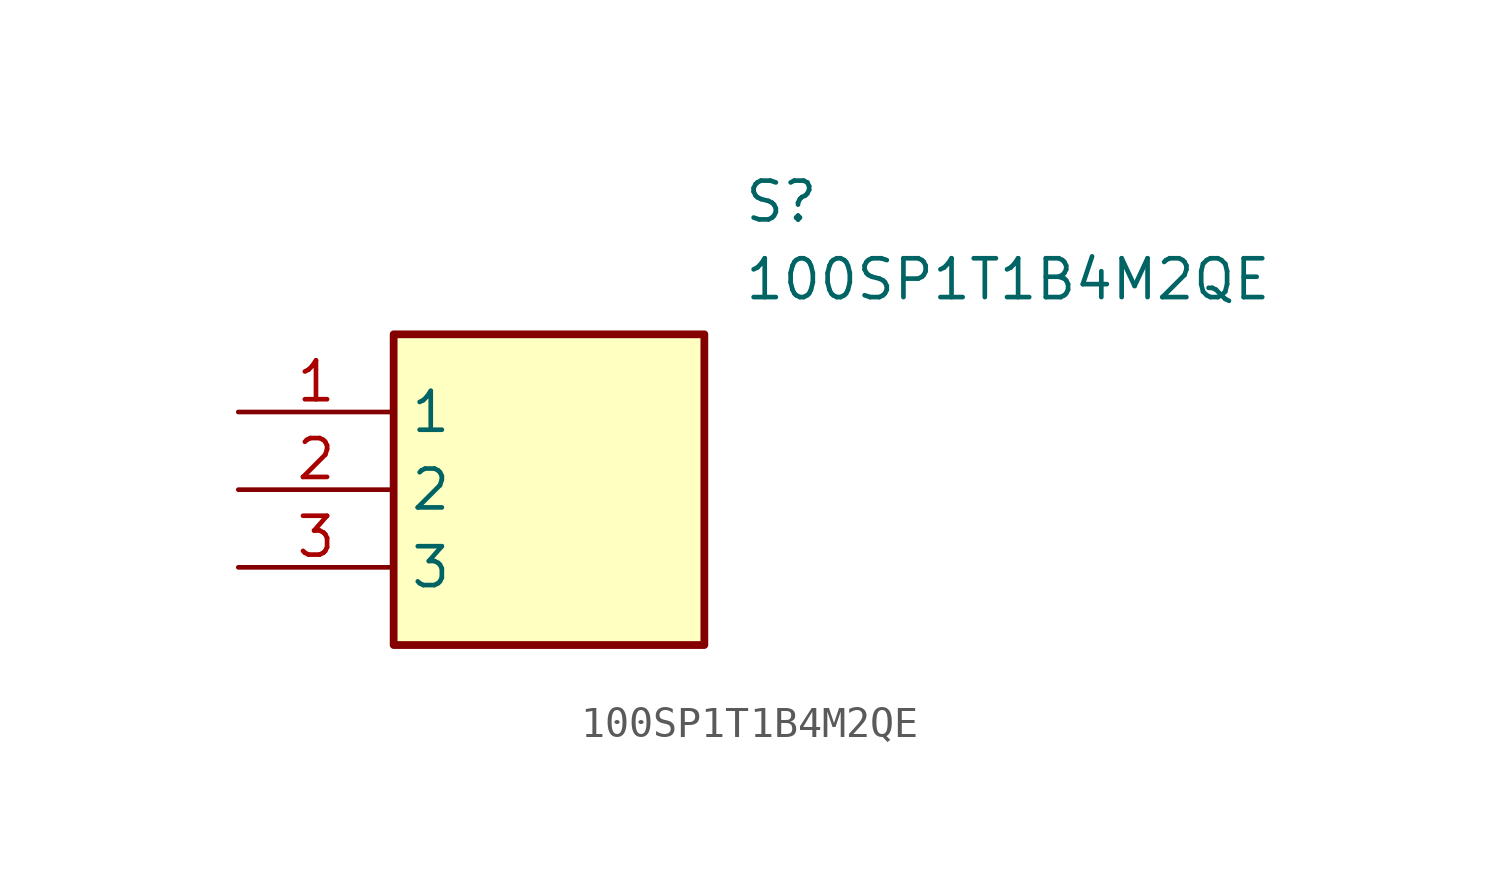
<source format=kicad_sym>
(kicad_symbol_lib
  (version 20211014)
  (generator SamacSys_ECAD_Model)
  (symbol "100SP1T1B4M2QE"
    (property "Reference" "S"
      (at 16.51 7.62 0)
      (effects (font (size 1.27 1.27)) (justify left top)))
    (property "Value" "100SP1T1B4M2QE"
      (at 16.51 5.08 0)
      (effects (font (size 1.27 1.27)) (justify left top)))
    (rectangle
      (start 5.08 2.54)
      (end 15.24 -7.62)
      (stroke (width 0.254) (type default))
      (fill (type background)))
    (pin passive line
      (at 0 0 0)
      (length 5.08)
      (name "1" (effects (font (size 1.27 1.27))))
      (number "1" (effects (font (size 1.27 1.27)))))
    (pin passive line
      (at 0 -2.54 0)
      (length 5.08)
      (name "2" (effects (font (size 1.27 1.27))))
      (number "2" (effects (font (size 1.27 1.27)))))
    (pin passive line
      (at 0 -5.08 0)
      (length 5.08)
      (name "3" (effects (font (size 1.27 1.27))))
      (number "3" (effects (font (size 1.27 1.27)))))))
</source>
